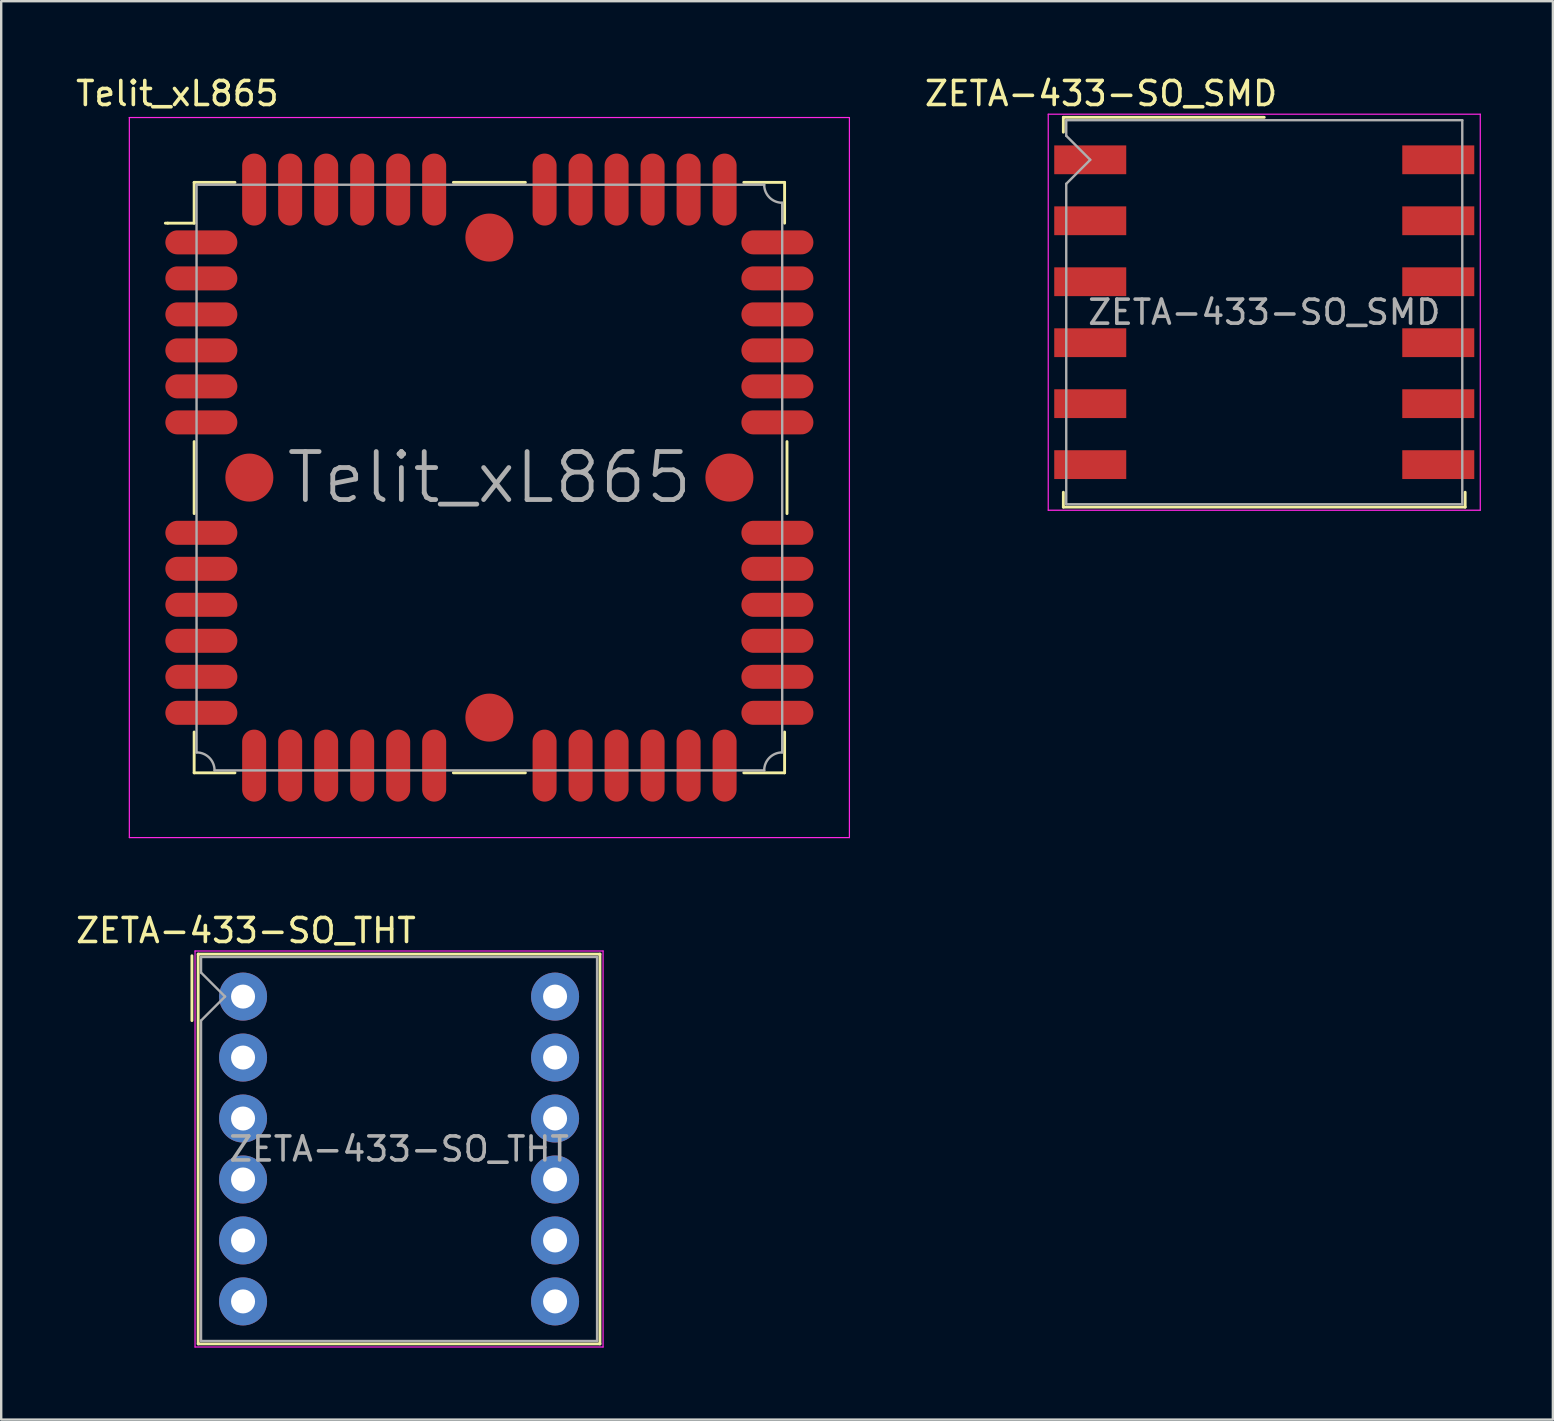
<source format=kicad_pcb>
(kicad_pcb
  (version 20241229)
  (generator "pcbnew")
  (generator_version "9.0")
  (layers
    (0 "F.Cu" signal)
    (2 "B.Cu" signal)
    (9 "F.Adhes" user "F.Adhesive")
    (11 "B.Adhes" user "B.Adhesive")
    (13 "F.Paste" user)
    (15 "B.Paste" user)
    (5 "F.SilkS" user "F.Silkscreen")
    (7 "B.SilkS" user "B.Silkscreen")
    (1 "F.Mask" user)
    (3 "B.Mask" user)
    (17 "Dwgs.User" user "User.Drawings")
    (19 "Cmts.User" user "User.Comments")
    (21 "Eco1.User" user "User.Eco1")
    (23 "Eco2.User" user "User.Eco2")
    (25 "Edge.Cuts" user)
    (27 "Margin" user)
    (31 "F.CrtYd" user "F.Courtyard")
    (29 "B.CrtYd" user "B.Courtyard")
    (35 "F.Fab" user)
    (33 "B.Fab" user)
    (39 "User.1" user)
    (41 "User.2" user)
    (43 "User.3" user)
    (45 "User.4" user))
  (footprint "ZETA-433-SO_THT"
    (layer "F.Cu")
    (at 7.076 38.471)
    (property "Reference" "ZETA-433-SO_THT" (at 0.12 -2.75 0) (layer "F.SilkS") (effects (font (size 1 1) (thickness 0.15))))
    (attr through_hole)
    (fp_line (start -2.13 -1.7) (end -2.13 1) (stroke (width 0.12) (type solid)) (layer "F.SilkS"))
    (fp_line (start -1.87 -1.77) (end -1.87 14.47) (stroke (width 0.12) (type solid)) (layer "F.SilkS"))
    (fp_line (start -1.87 -1.77) (end 14.87 -1.77) (stroke (width 0.12) (type solid)) (layer "F.SilkS"))
    (fp_line (start 14.87 -1.77) (end 14.87 14.47) (stroke (width 0.12) (type solid)) (layer "F.SilkS"))
    (fp_line (start 14.87 14.47) (end -1.87 14.47) (stroke (width 0.12) (type solid)) (layer "F.SilkS"))
    (fp_line (start -2 -1.9) (end 15 -1.9) (stroke (width 0.05) (type solid)) (layer "F.CrtYd"))
    (fp_line (start -2 14.6) (end -2 -1.9) (stroke (width 0.05) (type solid)) (layer "F.CrtYd"))
    (fp_line (start 15 -1.9) (end 15 14.6) (stroke (width 0.05) (type solid)) (layer "F.CrtYd"))
    (fp_line (start 15 14.6) (end -2 14.6) (stroke (width 0.05) (type solid)) (layer "F.CrtYd"))
    (fp_line (start -1.75 -1.65) (end 14.75 -1.65) (stroke (width 0.1) (type solid)) (layer "F.Fab"))
    (fp_line (start -1.75 -1) (end -1.75 -1.65) (stroke (width 0.1) (type solid)) (layer "F.Fab"))
    (fp_line (start -1.75 14.35) (end -1.75 1) (stroke (width 0.1) (type solid)) (layer "F.Fab"))
    (fp_line (start -0.75 0) (end -1.75 -1) (stroke (width 0.1) (type solid)) (layer "F.Fab"))
    (fp_line (start -0.75 0) (end -1.75 1) (stroke (width 0.1) (type solid)) (layer "F.Fab"))
    (fp_line (start 14.75 -1.65) (end 14.75 14.35) (stroke (width 0.1) (type solid)) (layer "F.Fab"))
    (fp_line (start 14.75 14.35) (end -1.75 14.35) (stroke (width 0.1) (type solid)) (layer "F.Fab"))
    (fp_text user "${REFERENCE}" (at 6.5 6.35 0) (layer "F.Fab") (effects (font (size 1 1) (thickness 0.15))))
    (pad "1" thru_hole circle (at 0 0) (size 2 2) (drill 1) (layers "*.Cu" "*.Mask"))
    (pad "2" thru_hole circle (at 0 2.54) (size 2 2) (drill 1) (layers "*.Cu" "*.Mask"))
    (pad "3" thru_hole circle (at 0 5.08) (size 2 2) (drill 1) (layers "*.Cu" "*.Mask"))
    (pad "4" thru_hole circle (at 0 7.62) (size 2 2) (drill 1) (layers "*.Cu" "*.Mask"))
    (pad "5" thru_hole circle (at 0 10.16) (size 2 2) (drill 1) (layers "*.Cu" "*.Mask"))
    (pad "6" thru_hole circle (at 0 12.7) (size 2 2) (drill 1) (layers "*.Cu" "*.Mask"))
    (pad "7" thru_hole circle (at 13 12.7) (size 2 2) (drill 1) (layers "*.Cu" "*.Mask"))
    (pad "8" thru_hole circle (at 13 10.16) (size 2 2) (drill 1) (layers "*.Cu" "*.Mask"))
    (pad "9" thru_hole circle (at 13 7.62) (size 2 2) (drill 1) (layers "*.Cu" "*.Mask"))
    (pad "10" thru_hole circle (at 13 5.08) (size 2 2) (drill 1) (layers "*.Cu" "*.Mask"))
    (pad "11" thru_hole circle (at 13 2.54) (size 2 2) (drill 1) (layers "*.Cu" "*.Mask"))
    (pad "12" thru_hole circle (at 13 0) (size 2 2) (drill 1) (layers "*.Cu" "*.Mask")))
  (footprint "ZETA-433-SO_SMD"
    (layer "F.Cu")
    (at 49.623 9.958)
    (property "Reference" "ZETA-433-SO_SMD" (at -6.8 -9.11 0) (layer "F.SilkS") (effects (font (size 1 1) (thickness 0.15))))
    (attr smd)
    (fp_line (start -8.37 -8.12) (end -8.37 -7.5) (stroke (width 0.12) (type solid)) (layer "F.SilkS"))
    (fp_line (start -8.37 -8.12) (end 0 -8.12) (stroke (width 0.12) (type solid)) (layer "F.SilkS"))
    (fp_line (start -8.37 8.12) (end -8.37 7.5) (stroke (width 0.12) (type solid)) (layer "F.SilkS"))
    (fp_line (start 8.37 8.12) (end -8.37 8.12) (stroke (width 0.12) (type solid)) (layer "F.SilkS"))
    (fp_line (start 8.37 8.12) (end 8.37 7.5) (stroke (width 0.12) (type solid)) (layer "F.SilkS"))
    (fp_line (start -9 -8.25) (end 9 -8.25) (stroke (width 0.05) (type solid)) (layer "F.CrtYd"))
    (fp_line (start -9 8.25) (end -9 -8.25) (stroke (width 0.05) (type solid)) (layer "F.CrtYd"))
    (fp_line (start 9 -8.25) (end 9 8.25) (stroke (width 0.05) (type solid)) (layer "F.CrtYd"))
    (fp_line (start 9 8.25) (end -9 8.25) (stroke (width 0.05) (type solid)) (layer "F.CrtYd"))
    (fp_line (start -8.25 -8) (end 8.25 -8) (stroke (width 0.1) (type solid)) (layer "F.Fab"))
    (fp_line (start -8.25 -7.35) (end -8.25 -8) (stroke (width 0.1) (type solid)) (layer "F.Fab"))
    (fp_line (start -8.25 8) (end -8.25 -5.35) (stroke (width 0.1) (type solid)) (layer "F.Fab"))
    (fp_line (start -7.25 -6.35) (end -8.25 -7.35) (stroke (width 0.1) (type solid)) (layer "F.Fab"))
    (fp_line (start -7.25 -6.35) (end -8.25 -5.35) (stroke (width 0.1) (type solid)) (layer "F.Fab"))
    (fp_line (start 8.25 -8) (end 8.25 8) (stroke (width 0.1) (type solid)) (layer "F.Fab"))
    (fp_line (start 8.25 8) (end -8.25 8) (stroke (width 0.1) (type solid)) (layer "F.Fab"))
    (fp_text user "${REFERENCE}" (at 0 0 0) (layer "F.Fab") (effects (font (size 1 1) (thickness 0.15))))
    (pad "1" smd rect (at -7.25 -6.35) (size 3 1.2) (layers "F.Cu" "F.Mask" "F.Paste"))
    (pad "2" smd rect (at -7.25 -3.81) (size 3 1.2) (layers "F.Cu" "F.Mask" "F.Paste"))
    (pad "3" smd rect (at -7.25 -1.27) (size 3 1.2) (layers "F.Cu" "F.Mask" "F.Paste"))
    (pad "4" smd rect (at -7.25 1.27) (size 3 1.2) (layers "F.Cu" "F.Mask" "F.Paste"))
    (pad "5" smd rect (at -7.25 3.81) (size 3 1.2) (layers "F.Cu" "F.Mask" "F.Paste"))
    (pad "6" smd rect (at -7.25 6.35) (size 3 1.2) (layers "F.Cu" "F.Mask" "F.Paste"))
    (pad "7" smd rect (at 7.25 6.35) (size 3 1.2) (layers "F.Cu" "F.Mask" "F.Paste"))
    (pad "8" smd rect (at 7.25 3.81) (size 3 1.2) (layers "F.Cu" "F.Mask" "F.Paste"))
    (pad "9" smd rect (at 7.25 1.27) (size 3 1.2) (layers "F.Cu" "F.Mask" "F.Paste"))
    (pad "10" smd rect (at 7.25 -1.27) (size 3 1.2) (layers "F.Cu" "F.Mask" "F.Paste"))
    (pad "11" smd rect (at 7.25 -3.81) (size 3 1.2) (layers "F.Cu" "F.Mask" "F.Paste"))
    (pad "12" smd rect (at 7.25 -6.35) (size 3 1.2) (layers "F.Cu" "F.Mask" "F.Paste")))
  (footprint "Telit_xL865"
    (layer "F.Cu")
    (at 17.339 16.848)
    (property "Reference" "Telit_xL865" (at -13 -16 0) (layer "F.SilkS") (effects (font (size 1 1) (thickness 0.15))))
    (attr smd)
    (fp_line (start -13.5 -10.6) (end -13.4 -10.6) (stroke (width 0.12) (type solid)) (layer "F.SilkS"))
    (fp_line (start -12.3 -12.3) (end -12.3 -10.6) (stroke (width 0.12) (type solid)) (layer "F.SilkS"))
    (fp_line (start -12.3 -10.6) (end -13.4 -10.6) (stroke (width 0.12) (type solid)) (layer "F.SilkS"))
    (fp_line (start -12.3 -1.5) (end -12.3 1.5) (stroke (width 0.12) (type solid)) (layer "F.SilkS"))
    (fp_line (start -12.3 12.3) (end -12.3 10.6) (stroke (width 0.12) (type solid)) (layer "F.SilkS"))
    (fp_line (start -10.6 -12.3) (end -12.3 -12.3) (stroke (width 0.12) (type solid)) (layer "F.SilkS"))
    (fp_line (start -10.6 12.3) (end -12.3 12.3) (stroke (width 0.12) (type solid)) (layer "F.SilkS"))
    (fp_line (start -1.5 -12.3) (end 1.5 -12.3) (stroke (width 0.12) (type solid)) (layer "F.SilkS"))
    (fp_line (start 1.5 12.3) (end -1.5 12.3) (stroke (width 0.12) (type solid)) (layer "F.SilkS"))
    (fp_line (start 10.6 -12.3) (end 12.3 -12.3) (stroke (width 0.12) (type solid)) (layer "F.SilkS"))
    (fp_line (start 12.3 -12.3) (end 12.3 -10.6) (stroke (width 0.12) (type solid)) (layer "F.SilkS"))
    (fp_line (start 12.3 10.6) (end 12.3 12.3) (stroke (width 0.12) (type solid)) (layer "F.SilkS"))
    (fp_line (start 12.3 12.3) (end 10.6 12.3) (stroke (width 0.12) (type solid)) (layer "F.SilkS"))
    (fp_line (start 12.4 -1.5) (end 12.4 1.5) (stroke (width 0.12) (type solid)) (layer "F.SilkS"))
    (fp_line (start -15 -15) (end -15 -15) (stroke (width 0.05) (type solid)) (layer "F.CrtYd"))
    (fp_line (start -15 -15) (end 15 -15) (stroke (width 0.05) (type solid)) (layer "F.CrtYd"))
    (fp_line (start -15 15) (end -15 -15) (stroke (width 0.05) (type solid)) (layer "F.CrtYd"))
    (fp_line (start 15 -15) (end 15 15) (stroke (width 0.05) (type solid)) (layer "F.CrtYd"))
    (fp_line (start 15 15) (end -15 15) (stroke (width 0.05) (type solid)) (layer "F.CrtYd"))
    (fp_line (start -12.2 -12.2) (end 11.45 -12.2) (stroke (width 0.1) (type solid)) (layer "F.Fab"))
    (fp_line (start -12.2 11.45) (end -12.2 -12.2) (stroke (width 0.1) (type solid)) (layer "F.Fab"))
    (fp_line (start -11.45 12.2) (end 11.45 12.2) (stroke (width 0.1) (type solid)) (layer "F.Fab"))
    (fp_line (start 12.2 11.45) (end 12.2 -11.45) (stroke (width 0.1) (type solid)) (layer "F.Fab"))
    (fp_arc (start -12.2 11.45) (mid -11.66967 11.66967) (end -11.45 12.2) (stroke (width 0.1) (type solid)) (layer "F.Fab"))
    (fp_arc (start 11.45 12.2) (mid 11.66967 11.66967) (end 12.2 11.45) (stroke (width 0.1) (type solid)) (layer "F.Fab"))
    (fp_arc (start 12.2 -11.45) (mid 11.66967 -11.66967) (end 11.45 -12.2) (stroke (width 0.1) (type solid)) (layer "F.Fab"))
    (fp_text user "${REFERENCE}" (at 0 0 0) (layer "F.Fab") (effects (font (size 2 2) (thickness 0.2))))
    (pad "" smd circle (at -10 0 90) (size 2 2) (layers "F.Cu" "F.Mask" "F.Paste"))
    (pad "" smd circle (at 0 -10 90) (size 2 2) (layers "F.Cu" "F.Mask" "F.Paste"))
    (pad "" smd circle (at 0 10 90) (size 2 2) (layers "F.Cu" "F.Mask" "F.Paste"))
    (pad "" smd circle (at 10 0 90) (size 2 2) (layers "F.Cu" "F.Mask" "F.Paste"))
    (pad "1" smd oval (at -12 -9.8 90) (size 1 3) (layers "F.Cu" "F.Mask" "F.Paste"))
    (pad "2" smd oval (at -12 -8.3 90) (size 1 3) (layers "F.Cu" "F.Mask" "F.Paste"))
    (pad "3" smd oval (at -12 -6.8 90) (size 1 3) (layers "F.Cu" "F.Mask" "F.Paste"))
    (pad "4" smd oval (at -12 -5.3 90) (size 1 3) (layers "F.Cu" "F.Mask" "F.Paste"))
    (pad "5" smd oval (at -12 -3.8 90) (size 1 3) (layers "F.Cu" "F.Mask" "F.Paste"))
    (pad "6" smd oval (at -12 -2.3 90) (size 1 3) (layers "F.Cu" "F.Mask" "F.Paste"))
    (pad "7" smd oval (at -12 2.3 90) (size 1 3) (layers "F.Cu" "F.Mask" "F.Paste"))
    (pad "8" smd oval (at -12 3.8 90) (size 1 3) (layers "F.Cu" "F.Mask" "F.Paste"))
    (pad "9" smd oval (at -12 5.3 90) (size 1 3) (layers "F.Cu" "F.Mask" "F.Paste"))
    (pad "10" smd oval (at -12 6.8 90) (size 1 3) (layers "F.Cu" "F.Mask" "F.Paste"))
    (pad "11" smd oval (at -12 8.3 90) (size 1 3) (layers "F.Cu" "F.Mask" "F.Paste"))
    (pad "12" smd oval (at -12 9.8 90) (size 1 3) (layers "F.Cu" "F.Mask" "F.Paste"))
    (pad "13" smd oval (at -9.8 12) (size 1 3) (layers "F.Cu" "F.Mask" "F.Paste"))
    (pad "14" smd oval (at -8.3 12) (size 1 3) (layers "F.Cu" "F.Mask" "F.Paste"))
    (pad "15" smd oval (at -6.8 12) (size 1 3) (layers "F.Cu" "F.Mask" "F.Paste"))
    (pad "16" smd oval (at -5.3 12) (size 1 3) (layers "F.Cu" "F.Mask" "F.Paste"))
    (pad "17" smd oval (at -3.8 12) (size 1 3) (layers "F.Cu" "F.Mask" "F.Paste"))
    (pad "18" smd oval (at -2.3 12) (size 1 3) (layers "F.Cu" "F.Mask" "F.Paste"))
    (pad "19" smd oval (at 2.3 12) (size 1 3) (layers "F.Cu" "F.Mask" "F.Paste"))
    (pad "20" smd oval (at 3.8 12) (size 1 3) (layers "F.Cu" "F.Mask" "F.Paste"))
    (pad "21" smd oval (at 5.3 12) (size 1 3) (layers "F.Cu" "F.Mask" "F.Paste"))
    (pad "22" smd oval (at 6.8 12) (size 1 3) (layers "F.Cu" "F.Mask" "F.Paste"))
    (pad "23" smd oval (at 8.3 12) (size 1 3) (layers "F.Cu" "F.Mask" "F.Paste"))
    (pad "24" smd oval (at 9.8 12) (size 1 3) (layers "F.Cu" "F.Mask" "F.Paste"))
    (pad "25" smd oval (at 12 9.8 90) (size 1 3) (layers "F.Cu" "F.Mask" "F.Paste"))
    (pad "26" smd oval (at 12 8.3 90) (size 1 3) (layers "F.Cu" "F.Mask" "F.Paste"))
    (pad "27" smd oval (at 12 6.8 90) (size 1 3) (layers "F.Cu" "F.Mask" "F.Paste"))
    (pad "28" smd oval (at 12 5.3 90) (size 1 3) (layers "F.Cu" "F.Mask" "F.Paste"))
    (pad "29" smd oval (at 12 3.8 90) (size 1 3) (layers "F.Cu" "F.Mask" "F.Paste"))
    (pad "30" smd oval (at 12 2.3 90) (size 1 3) (layers "F.Cu" "F.Mask" "F.Paste"))
    (pad "31" smd oval (at 12 -2.3 90) (size 1 3) (layers "F.Cu" "F.Mask" "F.Paste"))
    (pad "32" smd oval (at 12 -3.8 90) (size 1 3) (layers "F.Cu" "F.Mask" "F.Paste"))
    (pad "33" smd oval (at 12 -5.3 90) (size 1 3) (layers "F.Cu" "F.Mask" "F.Paste"))
    (pad "34" smd oval (at 12 -6.8 90) (size 1 3) (layers "F.Cu" "F.Mask" "F.Paste"))
    (pad "35" smd oval (at 12 -8.3 90) (size 1 3) (layers "F.Cu" "F.Mask" "F.Paste"))
    (pad "36" smd oval (at 12 -9.8 90) (size 1 3) (layers "F.Cu" "F.Mask" "F.Paste"))
    (pad "37" smd oval (at 9.8 -12) (size 1 3) (layers "F.Cu" "F.Mask" "F.Paste"))
    (pad "38" smd oval (at 8.3 -12) (size 1 3) (layers "F.Cu" "F.Mask" "F.Paste"))
    (pad "39" smd oval (at 6.8 -12) (size 1 3) (layers "F.Cu" "F.Mask" "F.Paste"))
    (pad "40" smd oval (at 5.3 -12) (size 1 3) (layers "F.Cu" "F.Mask" "F.Paste"))
    (pad "41" smd oval (at 3.8 -12) (size 1 3) (layers "F.Cu" "F.Mask" "F.Paste"))
    (pad "42" smd oval (at 2.3 -12) (size 1 3) (layers "F.Cu" "F.Mask" "F.Paste"))
    (pad "43" smd oval (at -2.3 -12) (size 1 3) (layers "F.Cu" "F.Mask" "F.Paste"))
    (pad "44" smd oval (at -3.8 -12) (size 1 3) (layers "F.Cu" "F.Mask" "F.Paste"))
    (pad "45" smd oval (at -5.3 -12) (size 1 3) (layers "F.Cu" "F.Mask" "F.Paste"))
    (pad "46" smd oval (at -6.8 -12) (size 1 3) (layers "F.Cu" "F.Mask" "F.Paste"))
    (pad "47" smd oval (at -8.3 -12) (size 1 3) (layers "F.Cu" "F.Mask" "F.Paste"))
    (pad "48" smd oval (at -9.8 -12) (size 1 3) (layers "F.Cu" "F.Mask" "F.Paste")))
  (gr_rect
    (start -3 -3)
    (end 61.648 56.096)
    (stroke (width 0.1) (type default))
    (fill no)
    (layer "Edge.Cuts")))
</source>
